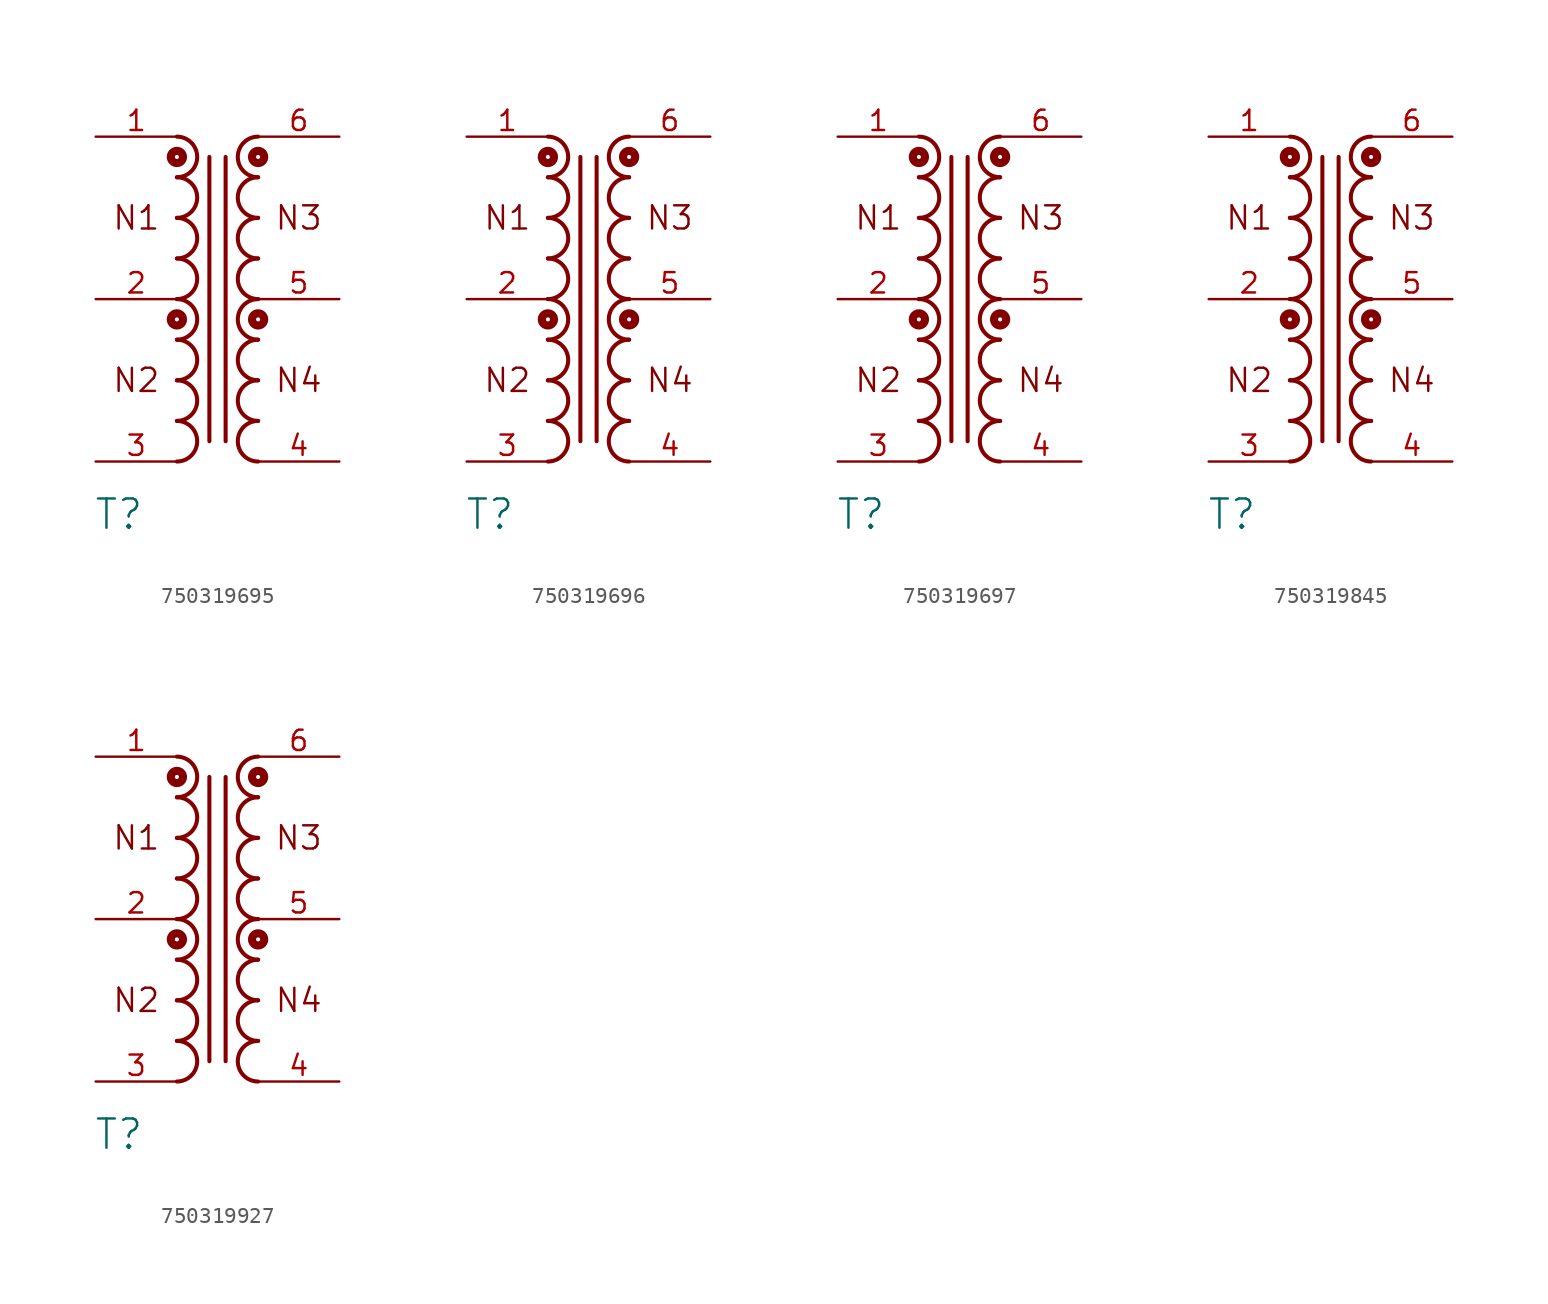
<source format=kicad_sym>
(kicad_symbol_lib
  (version 20231120)
  (generator "kicad_symbol_editor")
  (generator_version "8.0")
  (symbol "750319695"
    (property "Reference" "T"
      (at 1.457 -23.622 0)
      (effects (font (size 1.829 1.829))))
    (symbol "750319695_1_0"
      (polyline (pts (xy 7.112 -1.27) (xy 7.112 -19.05)) (stroke (width 0.254) (type solid)) (fill (type none)))
      (polyline (pts (xy 8.128 -1.27) (xy 8.128 -19.05)) (stroke (width 0.254) (type solid)) (fill (type none)))
      (arc (start 5.08 -20.32) (mid 6.35 -19.05) (end 5.08 -17.78) (stroke (width 0.254) (type solid)) (fill (type none)))
      (arc (start 5.08 -17.78) (mid 6.35 -16.51) (end 5.08 -15.24) (stroke (width 0.254) (type solid)) (fill (type none)))
      (arc (start 5.08 -15.24) (mid 6.35 -13.97) (end 5.08 -12.7) (stroke (width 0.254) (type solid)) (fill (type none)))
      (arc (start 5.08 -12.7) (mid 6.35 -11.43) (end 5.08 -10.16) (stroke (width 0.254) (type solid)) (fill (type none)))
      (circle (center 5.08 -11.43) (radius 0.127) (stroke (width 0.508) (type solid)) (fill (type none)))
      (arc (start 5.08 -10.16) (mid 6.35 -8.89) (end 5.08 -7.62) (stroke (width 0.254) (type solid)) (fill (type none)))
      (arc (start 5.08 -7.62) (mid 6.35 -6.35) (end 5.08 -5.08) (stroke (width 0.254) (type solid)) (fill (type none)))
      (arc (start 5.08 -5.08) (mid 6.35 -3.81) (end 5.08 -2.54) (stroke (width 0.254) (type solid)) (fill (type none)))
      (arc (start 5.08 -2.54) (mid 6.35 -1.27) (end 5.08 0) (stroke (width 0.254) (type solid)) (fill (type none)))
      (circle (center 5.08 -1.27) (radius 0.127) (stroke (width 0.508) (type solid)) (fill (type none)))
      (arc (start 10.16 -17.78) (mid 8.89 -19.05) (end 10.16 -20.32) (stroke (width 0.254) (type solid)) (fill (type none)))
      (arc (start 10.16 -15.24) (mid 8.89 -16.51) (end 10.16 -17.78) (stroke (width 0.254) (type solid)) (fill (type none)))
      (arc (start 10.16 -12.7) (mid 8.89 -13.97) (end 10.16 -15.24) (stroke (width 0.254) (type solid)) (fill (type none)))
      (circle (center 10.16 -11.43) (radius 0.127) (stroke (width 0.508) (type solid)) (fill (type none)))
      (arc (start 10.16 -10.16) (mid 8.89 -11.43) (end 10.16 -12.7) (stroke (width 0.254) (type solid)) (fill (type none)))
      (arc (start 10.16 -7.62) (mid 8.89 -8.89) (end 10.16 -10.16) (stroke (width 0.254) (type solid)) (fill (type none)))
      (arc (start 10.16 -5.08) (mid 8.89 -6.35) (end 10.16 -7.62) (stroke (width 0.254) (type solid)) (fill (type none)))
      (arc (start 10.16 -2.54) (mid 8.89 -3.81) (end 10.16 -5.08) (stroke (width 0.254) (type solid)) (fill (type none)))
      (circle (center 10.16 -1.27) (radius 0.127) (stroke (width 0.508) (type solid)) (fill (type none)))
      (arc (start 10.16 0) (mid 8.89 -1.27) (end 10.16 -2.54) (stroke (width 0.254) (type solid)) (fill (type none)))
      (text "N1" (at 2.54 -5.08 0) (effects (font (size 1.448 1.448))))
      (text "N2" (at 2.54 -15.24 0) (effects (font (size 1.448 1.448))))
      (text "N3" (at 12.7 -5.08 0) (effects (font (size 1.448 1.448))))
      (text "N4" (at 12.7 -15.24 0) (effects (font (size 1.448 1.448))))
      (pin passive line (at 0 0 0) (length 5.08) (name "1" (effects (font (size 0 0)))) (number "1" (effects (font (size 1.27 1.27)))))
      (pin passive line (at 0 -10.16 0) (length 5.08) (name "2" (effects (font (size 0 0)))) (number "2" (effects (font (size 1.27 1.27)))))
      (pin passive line (at 0 -20.32 0) (length 5.08) (name "3" (effects (font (size 0 0)))) (number "3" (effects (font (size 1.27 1.27)))))
      (pin passive line (at 15.24 -20.32 180) (length 5.08) (name "4" (effects (font (size 0 0)))) (number "4" (effects (font (size 1.27 1.27)))))
      (pin passive line (at 15.24 -10.16 180) (length 5.08) (name "5" (effects (font (size 0 0)))) (number "5" (effects (font (size 1.27 1.27)))))
      (pin passive line (at 15.24 0 180) (length 5.08) (name "6" (effects (font (size 0 0)))) (number "6" (effects (font (size 1.27 1.27)))))))
  (symbol "750319696"
    (property "Reference" "T"
      (at 1.457 -23.622 0)
      (effects (font (size 1.829 1.829))))
    (symbol "750319696_1_0"
      (polyline (pts (xy 7.112 -1.27) (xy 7.112 -19.05)) (stroke (width 0.254) (type solid)) (fill (type none)))
      (polyline (pts (xy 8.128 -1.27) (xy 8.128 -19.05)) (stroke (width 0.254) (type solid)) (fill (type none)))
      (arc (start 5.08 -20.32) (mid 6.35 -19.05) (end 5.08 -17.78) (stroke (width 0.254) (type solid)) (fill (type none)))
      (arc (start 5.08 -17.78) (mid 6.35 -16.51) (end 5.08 -15.24) (stroke (width 0.254) (type solid)) (fill (type none)))
      (arc (start 5.08 -15.24) (mid 6.35 -13.97) (end 5.08 -12.7) (stroke (width 0.254) (type solid)) (fill (type none)))
      (arc (start 5.08 -12.7) (mid 6.35 -11.43) (end 5.08 -10.16) (stroke (width 0.254) (type solid)) (fill (type none)))
      (circle (center 5.08 -11.43) (radius 0.127) (stroke (width 0.508) (type solid)) (fill (type none)))
      (arc (start 5.08 -10.16) (mid 6.35 -8.89) (end 5.08 -7.62) (stroke (width 0.254) (type solid)) (fill (type none)))
      (arc (start 5.08 -7.62) (mid 6.35 -6.35) (end 5.08 -5.08) (stroke (width 0.254) (type solid)) (fill (type none)))
      (arc (start 5.08 -5.08) (mid 6.35 -3.81) (end 5.08 -2.54) (stroke (width 0.254) (type solid)) (fill (type none)))
      (arc (start 5.08 -2.54) (mid 6.35 -1.27) (end 5.08 0) (stroke (width 0.254) (type solid)) (fill (type none)))
      (circle (center 5.08 -1.27) (radius 0.127) (stroke (width 0.508) (type solid)) (fill (type none)))
      (arc (start 10.16 -17.78) (mid 8.89 -19.05) (end 10.16 -20.32) (stroke (width 0.254) (type solid)) (fill (type none)))
      (arc (start 10.16 -15.24) (mid 8.89 -16.51) (end 10.16 -17.78) (stroke (width 0.254) (type solid)) (fill (type none)))
      (arc (start 10.16 -12.7) (mid 8.89 -13.97) (end 10.16 -15.24) (stroke (width 0.254) (type solid)) (fill (type none)))
      (circle (center 10.16 -11.43) (radius 0.127) (stroke (width 0.508) (type solid)) (fill (type none)))
      (arc (start 10.16 -10.16) (mid 8.89 -11.43) (end 10.16 -12.7) (stroke (width 0.254) (type solid)) (fill (type none)))
      (arc (start 10.16 -7.62) (mid 8.89 -8.89) (end 10.16 -10.16) (stroke (width 0.254) (type solid)) (fill (type none)))
      (arc (start 10.16 -5.08) (mid 8.89 -6.35) (end 10.16 -7.62) (stroke (width 0.254) (type solid)) (fill (type none)))
      (arc (start 10.16 -2.54) (mid 8.89 -3.81) (end 10.16 -5.08) (stroke (width 0.254) (type solid)) (fill (type none)))
      (circle (center 10.16 -1.27) (radius 0.127) (stroke (width 0.508) (type solid)) (fill (type none)))
      (arc (start 10.16 0) (mid 8.89 -1.27) (end 10.16 -2.54) (stroke (width 0.254) (type solid)) (fill (type none)))
      (text "N1" (at 2.54 -5.08 0) (effects (font (size 1.448 1.448))))
      (text "N2" (at 2.54 -15.24 0) (effects (font (size 1.448 1.448))))
      (text "N3" (at 12.7 -5.08 0) (effects (font (size 1.448 1.448))))
      (text "N4" (at 12.7 -15.24 0) (effects (font (size 1.448 1.448))))
      (pin passive line (at 0 0 0) (length 5.08) (name "1" (effects (font (size 0 0)))) (number "1" (effects (font (size 1.27 1.27)))))
      (pin passive line (at 0 -10.16 0) (length 5.08) (name "2" (effects (font (size 0 0)))) (number "2" (effects (font (size 1.27 1.27)))))
      (pin passive line (at 0 -20.32 0) (length 5.08) (name "3" (effects (font (size 0 0)))) (number "3" (effects (font (size 1.27 1.27)))))
      (pin passive line (at 15.24 -20.32 180) (length 5.08) (name "4" (effects (font (size 0 0)))) (number "4" (effects (font (size 1.27 1.27)))))
      (pin passive line (at 15.24 -10.16 180) (length 5.08) (name "5" (effects (font (size 0 0)))) (number "5" (effects (font (size 1.27 1.27)))))
      (pin passive line (at 15.24 0 180) (length 5.08) (name "6" (effects (font (size 0 0)))) (number "6" (effects (font (size 1.27 1.27)))))))
  (symbol "750319697"
    (property "Reference" "T"
      (at 1.457 -23.622 0)
      (effects (font (size 1.829 1.829))))
    (symbol "750319697_1_0"
      (polyline (pts (xy 7.112 -1.27) (xy 7.112 -19.05)) (stroke (width 0.254) (type solid)) (fill (type none)))
      (polyline (pts (xy 8.128 -1.27) (xy 8.128 -19.05)) (stroke (width 0.254) (type solid)) (fill (type none)))
      (arc (start 5.08 -20.32) (mid 6.35 -19.05) (end 5.08 -17.78) (stroke (width 0.254) (type solid)) (fill (type none)))
      (arc (start 5.08 -17.78) (mid 6.35 -16.51) (end 5.08 -15.24) (stroke (width 0.254) (type solid)) (fill (type none)))
      (arc (start 5.08 -15.24) (mid 6.35 -13.97) (end 5.08 -12.7) (stroke (width 0.254) (type solid)) (fill (type none)))
      (arc (start 5.08 -12.7) (mid 6.35 -11.43) (end 5.08 -10.16) (stroke (width 0.254) (type solid)) (fill (type none)))
      (circle (center 5.08 -11.43) (radius 0.127) (stroke (width 0.508) (type solid)) (fill (type none)))
      (arc (start 5.08 -10.16) (mid 6.35 -8.89) (end 5.08 -7.62) (stroke (width 0.254) (type solid)) (fill (type none)))
      (arc (start 5.08 -7.62) (mid 6.35 -6.35) (end 5.08 -5.08) (stroke (width 0.254) (type solid)) (fill (type none)))
      (arc (start 5.08 -5.08) (mid 6.35 -3.81) (end 5.08 -2.54) (stroke (width 0.254) (type solid)) (fill (type none)))
      (arc (start 5.08 -2.54) (mid 6.35 -1.27) (end 5.08 0) (stroke (width 0.254) (type solid)) (fill (type none)))
      (circle (center 5.08 -1.27) (radius 0.127) (stroke (width 0.508) (type solid)) (fill (type none)))
      (arc (start 10.16 -17.78) (mid 8.89 -19.05) (end 10.16 -20.32) (stroke (width 0.254) (type solid)) (fill (type none)))
      (arc (start 10.16 -15.24) (mid 8.89 -16.51) (end 10.16 -17.78) (stroke (width 0.254) (type solid)) (fill (type none)))
      (arc (start 10.16 -12.7) (mid 8.89 -13.97) (end 10.16 -15.24) (stroke (width 0.254) (type solid)) (fill (type none)))
      (circle (center 10.16 -11.43) (radius 0.127) (stroke (width 0.508) (type solid)) (fill (type none)))
      (arc (start 10.16 -10.16) (mid 8.89 -11.43) (end 10.16 -12.7) (stroke (width 0.254) (type solid)) (fill (type none)))
      (arc (start 10.16 -7.62) (mid 8.89 -8.89) (end 10.16 -10.16) (stroke (width 0.254) (type solid)) (fill (type none)))
      (arc (start 10.16 -5.08) (mid 8.89 -6.35) (end 10.16 -7.62) (stroke (width 0.254) (type solid)) (fill (type none)))
      (arc (start 10.16 -2.54) (mid 8.89 -3.81) (end 10.16 -5.08) (stroke (width 0.254) (type solid)) (fill (type none)))
      (circle (center 10.16 -1.27) (radius 0.127) (stroke (width 0.508) (type solid)) (fill (type none)))
      (arc (start 10.16 0) (mid 8.89 -1.27) (end 10.16 -2.54) (stroke (width 0.254) (type solid)) (fill (type none)))
      (text "N1" (at 2.54 -5.08 0) (effects (font (size 1.448 1.448))))
      (text "N2" (at 2.54 -15.24 0) (effects (font (size 1.448 1.448))))
      (text "N3" (at 12.7 -5.08 0) (effects (font (size 1.448 1.448))))
      (text "N4" (at 12.7 -15.24 0) (effects (font (size 1.448 1.448))))
      (pin passive line (at 0 0 0) (length 5.08) (name "1" (effects (font (size 0 0)))) (number "1" (effects (font (size 1.27 1.27)))))
      (pin passive line (at 0 -10.16 0) (length 5.08) (name "2" (effects (font (size 0 0)))) (number "2" (effects (font (size 1.27 1.27)))))
      (pin passive line (at 0 -20.32 0) (length 5.08) (name "3" (effects (font (size 0 0)))) (number "3" (effects (font (size 1.27 1.27)))))
      (pin passive line (at 15.24 -20.32 180) (length 5.08) (name "4" (effects (font (size 0 0)))) (number "4" (effects (font (size 1.27 1.27)))))
      (pin passive line (at 15.24 -10.16 180) (length 5.08) (name "5" (effects (font (size 0 0)))) (number "5" (effects (font (size 1.27 1.27)))))
      (pin passive line (at 15.24 0 180) (length 5.08) (name "6" (effects (font (size 0 0)))) (number "6" (effects (font (size 1.27 1.27)))))))
  (symbol "750319845"
    (property "Reference" "T"
      (at 1.457 -23.622 0)
      (effects (font (size 1.829 1.829))))
    (symbol "750319845_1_0"
      (polyline (pts (xy 7.112 -1.27) (xy 7.112 -19.05)) (stroke (width 0.254) (type solid)) (fill (type none)))
      (polyline (pts (xy 8.128 -1.27) (xy 8.128 -19.05)) (stroke (width 0.254) (type solid)) (fill (type none)))
      (arc (start 5.08 -20.32) (mid 6.35 -19.05) (end 5.08 -17.78) (stroke (width 0.254) (type solid)) (fill (type none)))
      (arc (start 5.08 -17.78) (mid 6.35 -16.51) (end 5.08 -15.24) (stroke (width 0.254) (type solid)) (fill (type none)))
      (arc (start 5.08 -15.24) (mid 6.35 -13.97) (end 5.08 -12.7) (stroke (width 0.254) (type solid)) (fill (type none)))
      (arc (start 5.08 -12.7) (mid 6.35 -11.43) (end 5.08 -10.16) (stroke (width 0.254) (type solid)) (fill (type none)))
      (circle (center 5.08 -11.43) (radius 0.127) (stroke (width 0.508) (type solid)) (fill (type none)))
      (arc (start 5.08 -10.16) (mid 6.35 -8.89) (end 5.08 -7.62) (stroke (width 0.254) (type solid)) (fill (type none)))
      (arc (start 5.08 -7.62) (mid 6.35 -6.35) (end 5.08 -5.08) (stroke (width 0.254) (type solid)) (fill (type none)))
      (arc (start 5.08 -5.08) (mid 6.35 -3.81) (end 5.08 -2.54) (stroke (width 0.254) (type solid)) (fill (type none)))
      (arc (start 5.08 -2.54) (mid 6.35 -1.27) (end 5.08 0) (stroke (width 0.254) (type solid)) (fill (type none)))
      (circle (center 5.08 -1.27) (radius 0.127) (stroke (width 0.508) (type solid)) (fill (type none)))
      (arc (start 10.16 -17.78) (mid 8.89 -19.05) (end 10.16 -20.32) (stroke (width 0.254) (type solid)) (fill (type none)))
      (arc (start 10.16 -15.24) (mid 8.89 -16.51) (end 10.16 -17.78) (stroke (width 0.254) (type solid)) (fill (type none)))
      (arc (start 10.16 -12.7) (mid 8.89 -13.97) (end 10.16 -15.24) (stroke (width 0.254) (type solid)) (fill (type none)))
      (circle (center 10.16 -11.43) (radius 0.127) (stroke (width 0.508) (type solid)) (fill (type none)))
      (arc (start 10.16 -10.16) (mid 8.89 -11.43) (end 10.16 -12.7) (stroke (width 0.254) (type solid)) (fill (type none)))
      (arc (start 10.16 -7.62) (mid 8.89 -8.89) (end 10.16 -10.16) (stroke (width 0.254) (type solid)) (fill (type none)))
      (arc (start 10.16 -5.08) (mid 8.89 -6.35) (end 10.16 -7.62) (stroke (width 0.254) (type solid)) (fill (type none)))
      (arc (start 10.16 -2.54) (mid 8.89 -3.81) (end 10.16 -5.08) (stroke (width 0.254) (type solid)) (fill (type none)))
      (circle (center 10.16 -1.27) (radius 0.127) (stroke (width 0.508) (type solid)) (fill (type none)))
      (arc (start 10.16 0) (mid 8.89 -1.27) (end 10.16 -2.54) (stroke (width 0.254) (type solid)) (fill (type none)))
      (text "N1" (at 2.54 -5.08 0) (effects (font (size 1.448 1.448))))
      (text "N2" (at 2.54 -15.24 0) (effects (font (size 1.448 1.448))))
      (text "N3" (at 12.7 -5.08 0) (effects (font (size 1.448 1.448))))
      (text "N4" (at 12.7 -15.24 0) (effects (font (size 1.448 1.448))))
      (pin passive line (at 0 0 0) (length 5.08) (name "1" (effects (font (size 0 0)))) (number "1" (effects (font (size 1.27 1.27)))))
      (pin passive line (at 0 -10.16 0) (length 5.08) (name "2" (effects (font (size 0 0)))) (number "2" (effects (font (size 1.27 1.27)))))
      (pin passive line (at 0 -20.32 0) (length 5.08) (name "3" (effects (font (size 0 0)))) (number "3" (effects (font (size 1.27 1.27)))))
      (pin passive line (at 15.24 -20.32 180) (length 5.08) (name "4" (effects (font (size 0 0)))) (number "4" (effects (font (size 1.27 1.27)))))
      (pin passive line (at 15.24 -10.16 180) (length 5.08) (name "5" (effects (font (size 0 0)))) (number "5" (effects (font (size 1.27 1.27)))))
      (pin passive line (at 15.24 0 180) (length 5.08) (name "6" (effects (font (size 0 0)))) (number "6" (effects (font (size 1.27 1.27)))))))
  (symbol "750319927"
    (property "Reference" "T"
      (at 1.457 -23.622 0)
      (effects (font (size 1.829 1.829))))
    (symbol "750319927_1_0"
      (polyline (pts (xy 7.112 -1.27) (xy 7.112 -19.05)) (stroke (width 0.254) (type solid)) (fill (type none)))
      (polyline (pts (xy 8.128 -1.27) (xy 8.128 -19.05)) (stroke (width 0.254) (type solid)) (fill (type none)))
      (arc (start 5.08 -20.32) (mid 6.35 -19.05) (end 5.08 -17.78) (stroke (width 0.254) (type solid)) (fill (type none)))
      (arc (start 5.08 -17.78) (mid 6.35 -16.51) (end 5.08 -15.24) (stroke (width 0.254) (type solid)) (fill (type none)))
      (arc (start 5.08 -15.24) (mid 6.35 -13.97) (end 5.08 -12.7) (stroke (width 0.254) (type solid)) (fill (type none)))
      (arc (start 5.08 -12.7) (mid 6.35 -11.43) (end 5.08 -10.16) (stroke (width 0.254) (type solid)) (fill (type none)))
      (circle (center 5.08 -11.43) (radius 0.127) (stroke (width 0.508) (type solid)) (fill (type none)))
      (arc (start 5.08 -10.16) (mid 6.35 -8.89) (end 5.08 -7.62) (stroke (width 0.254) (type solid)) (fill (type none)))
      (arc (start 5.08 -7.62) (mid 6.35 -6.35) (end 5.08 -5.08) (stroke (width 0.254) (type solid)) (fill (type none)))
      (arc (start 5.08 -5.08) (mid 6.35 -3.81) (end 5.08 -2.54) (stroke (width 0.254) (type solid)) (fill (type none)))
      (arc (start 5.08 -2.54) (mid 6.35 -1.27) (end 5.08 0) (stroke (width 0.254) (type solid)) (fill (type none)))
      (circle (center 5.08 -1.27) (radius 0.127) (stroke (width 0.508) (type solid)) (fill (type none)))
      (arc (start 10.16 -17.78) (mid 8.89 -19.05) (end 10.16 -20.32) (stroke (width 0.254) (type solid)) (fill (type none)))
      (arc (start 10.16 -15.24) (mid 8.89 -16.51) (end 10.16 -17.78) (stroke (width 0.254) (type solid)) (fill (type none)))
      (arc (start 10.16 -12.7) (mid 8.89 -13.97) (end 10.16 -15.24) (stroke (width 0.254) (type solid)) (fill (type none)))
      (circle (center 10.16 -11.43) (radius 0.127) (stroke (width 0.508) (type solid)) (fill (type none)))
      (arc (start 10.16 -10.16) (mid 8.89 -11.43) (end 10.16 -12.7) (stroke (width 0.254) (type solid)) (fill (type none)))
      (arc (start 10.16 -7.62) (mid 8.89 -8.89) (end 10.16 -10.16) (stroke (width 0.254) (type solid)) (fill (type none)))
      (arc (start 10.16 -5.08) (mid 8.89 -6.35) (end 10.16 -7.62) (stroke (width 0.254) (type solid)) (fill (type none)))
      (arc (start 10.16 -2.54) (mid 8.89 -3.81) (end 10.16 -5.08) (stroke (width 0.254) (type solid)) (fill (type none)))
      (circle (center 10.16 -1.27) (radius 0.127) (stroke (width 0.508) (type solid)) (fill (type none)))
      (arc (start 10.16 0) (mid 8.89 -1.27) (end 10.16 -2.54) (stroke (width 0.254) (type solid)) (fill (type none)))
      (text "N1" (at 2.54 -5.08 0) (effects (font (size 1.448 1.448))))
      (text "N2" (at 2.54 -15.24 0) (effects (font (size 1.448 1.448))))
      (text "N3" (at 12.7 -5.08 0) (effects (font (size 1.448 1.448))))
      (text "N4" (at 12.7 -15.24 0) (effects (font (size 1.448 1.448))))
      (pin passive line (at 0 0 0) (length 5.08) (name "1" (effects (font (size 0 0)))) (number "1" (effects (font (size 1.27 1.27)))))
      (pin passive line (at 0 -10.16 0) (length 5.08) (name "2" (effects (font (size 0 0)))) (number "2" (effects (font (size 1.27 1.27)))))
      (pin passive line (at 0 -20.32 0) (length 5.08) (name "3" (effects (font (size 0 0)))) (number "3" (effects (font (size 1.27 1.27)))))
      (pin passive line (at 15.24 -20.32 180) (length 5.08) (name "4" (effects (font (size 0 0)))) (number "4" (effects (font (size 1.27 1.27)))))
      (pin passive line (at 15.24 -10.16 180) (length 5.08) (name "5" (effects (font (size 0 0)))) (number "5" (effects (font (size 1.27 1.27)))))
      (pin passive line (at 15.24 0 180) (length 5.08) (name "6" (effects (font (size 0 0)))) (number "6" (effects (font (size 1.27 1.27))))))))
</source>
